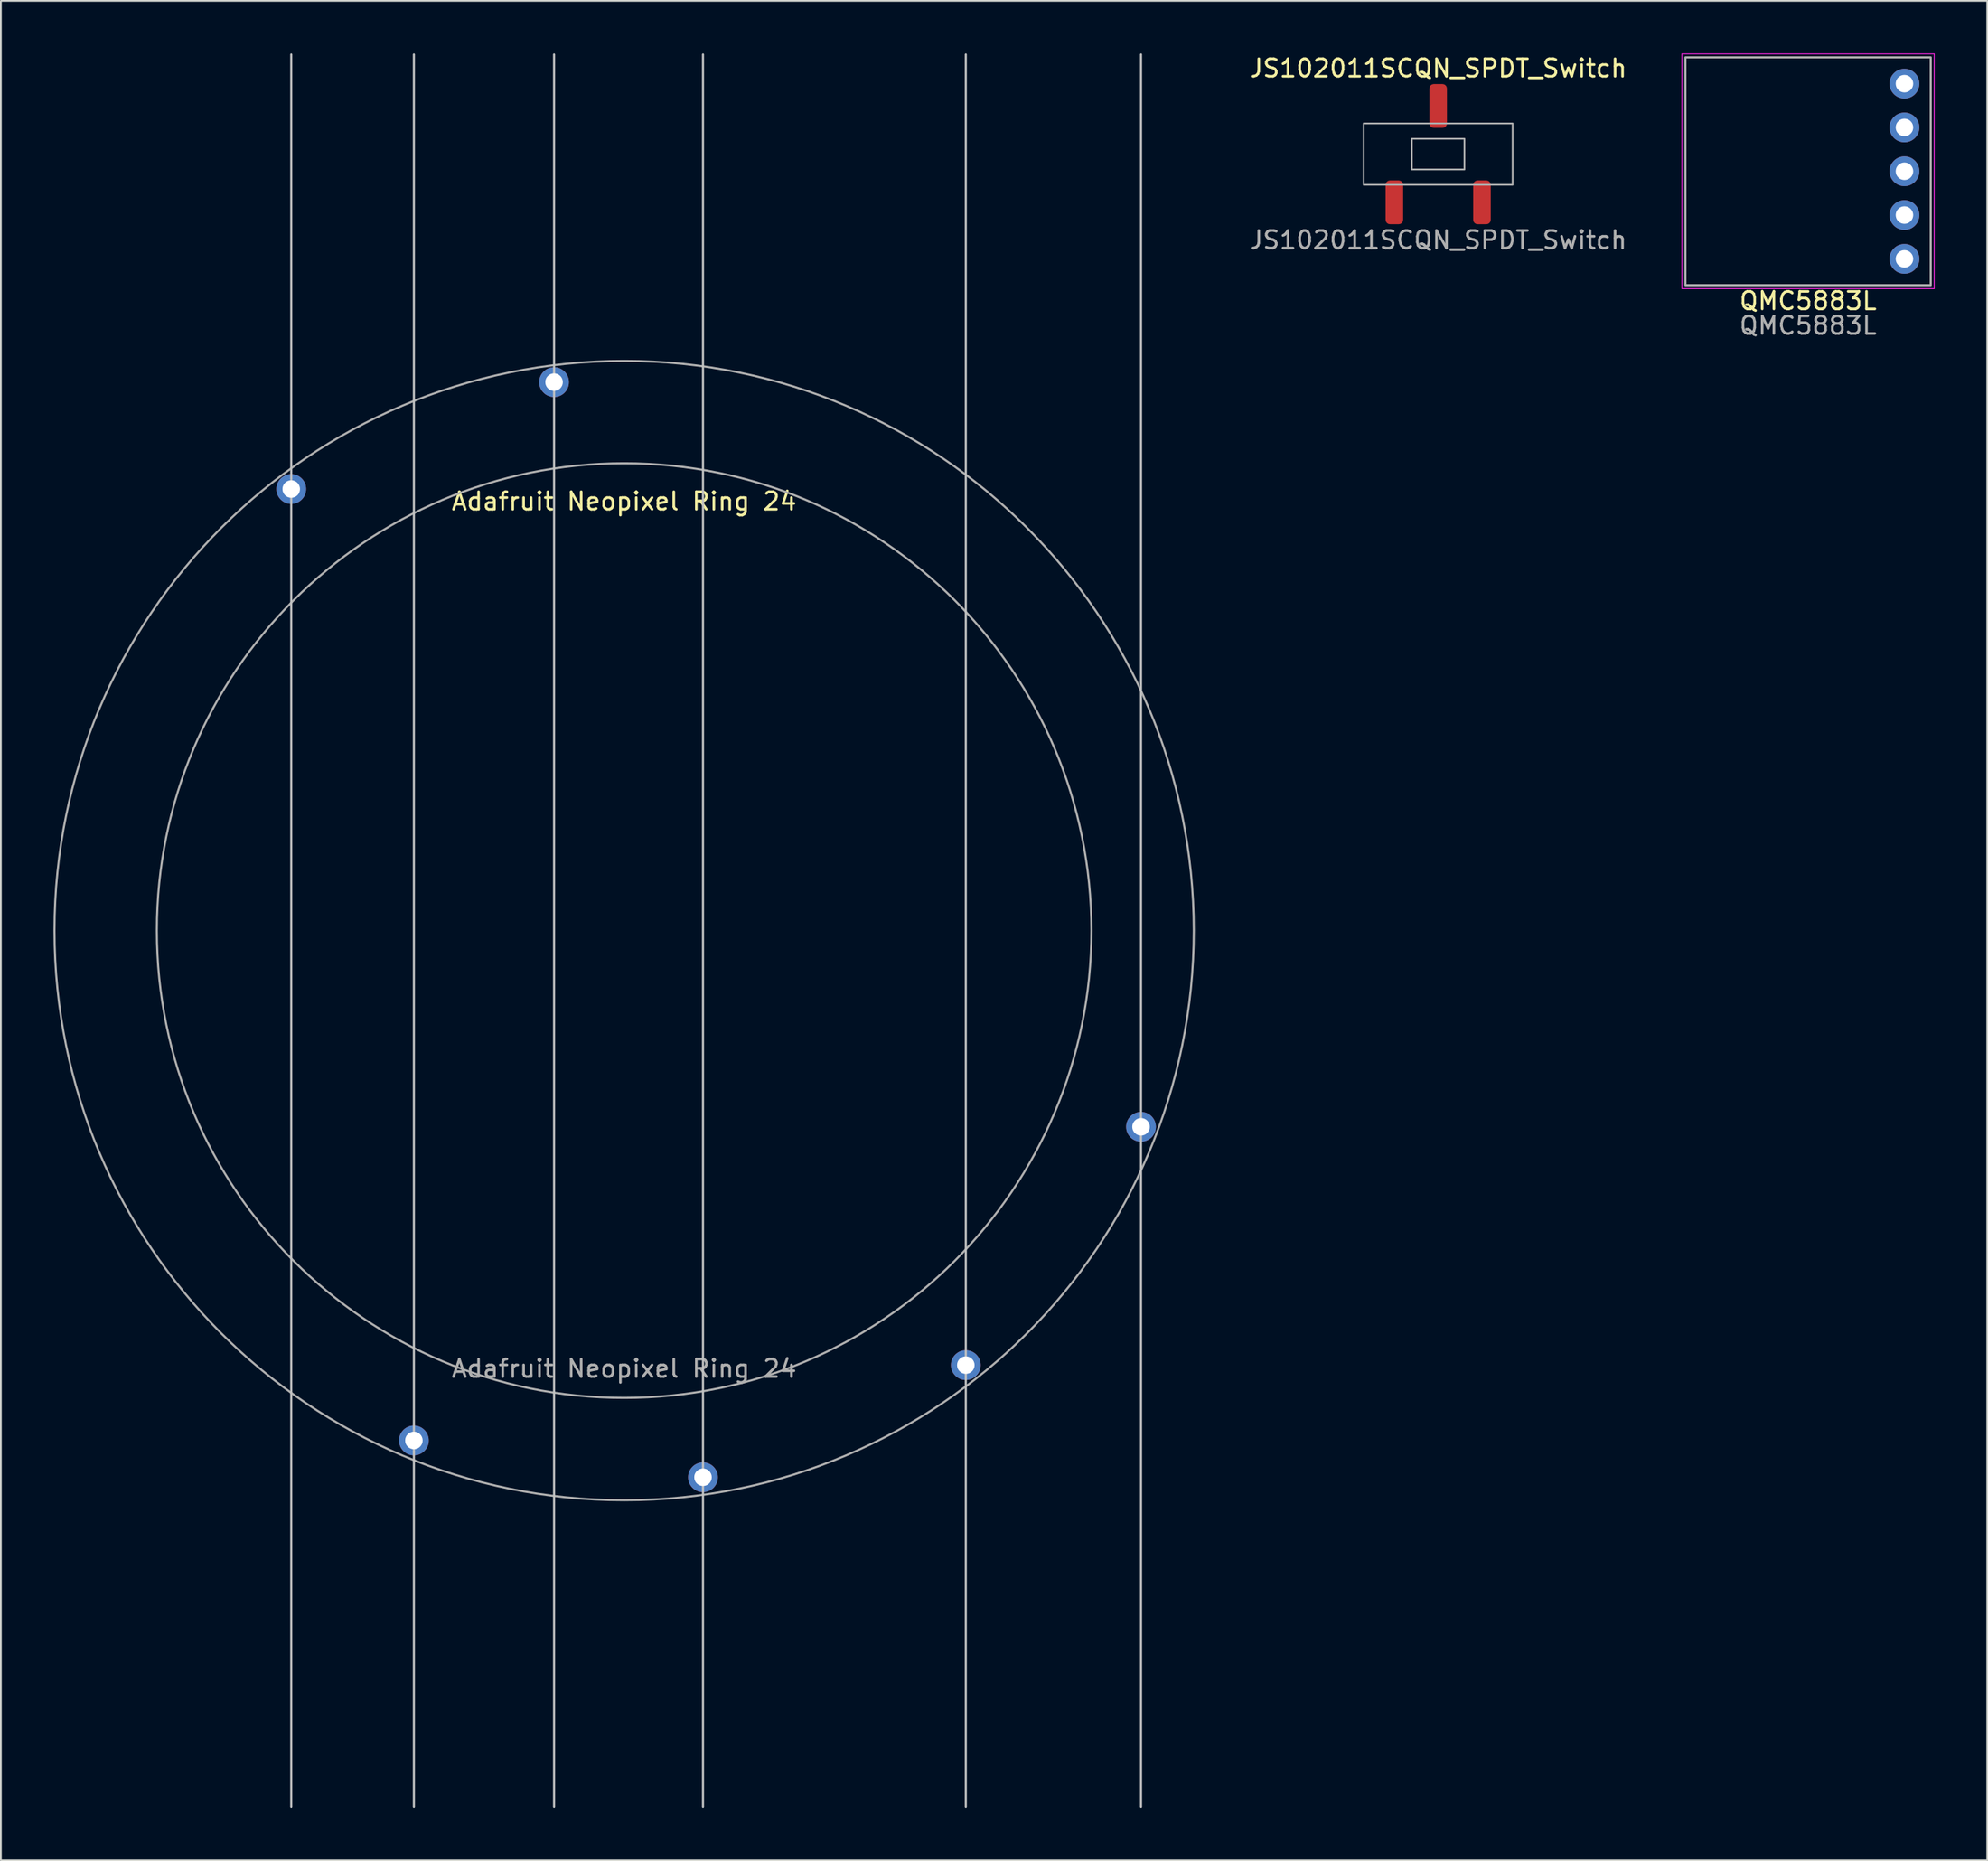
<source format=kicad_pcb>
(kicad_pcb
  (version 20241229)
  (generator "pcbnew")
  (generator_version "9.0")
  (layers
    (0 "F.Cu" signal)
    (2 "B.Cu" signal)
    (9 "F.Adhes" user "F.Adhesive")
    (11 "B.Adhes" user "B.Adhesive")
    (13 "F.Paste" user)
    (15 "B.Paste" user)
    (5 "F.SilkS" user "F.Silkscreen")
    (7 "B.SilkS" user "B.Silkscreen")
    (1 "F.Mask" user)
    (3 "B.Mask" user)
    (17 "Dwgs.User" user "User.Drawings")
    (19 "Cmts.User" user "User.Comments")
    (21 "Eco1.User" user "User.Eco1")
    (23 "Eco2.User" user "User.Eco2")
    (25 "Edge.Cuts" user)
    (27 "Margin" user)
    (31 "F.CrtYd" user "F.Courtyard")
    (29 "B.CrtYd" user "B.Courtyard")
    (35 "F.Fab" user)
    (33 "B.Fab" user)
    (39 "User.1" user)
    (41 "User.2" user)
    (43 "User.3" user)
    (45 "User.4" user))
  (footprint "JS102011SCQN_SPDT_Switch"
    (layer "F.Cu")
    (at 79.031 5.748)
    (property "Reference" "JS102011SCQN_SPDT_Switch" (at 0 -4.9 0) (unlocked yes) (layer "F.SilkS") (effects (font (size 1 1) (thickness 0.15))))
    (attr smd)
    (fp_rect (start -4.25 -1.75) (end 4.25 1.75) (stroke (width 0.1) (type default)) (fill no) (layer "F.Fab"))
    (fp_rect (start -1.5 -0.875) (end 1.5 0.875) (stroke (width 0.1) (type default)) (fill no) (layer "F.Fab"))
    (fp_text user "${REFERENCE}" (at 0 4.9 0) (unlocked yes) (layer "F.Fab") (effects (font (size 1 1) (thickness 0.15))))
    (pad "1" smd roundrect (at -2.5 2.75) (size 1 2.5) (layers "F.Cu" "F.Mask" "F.Paste") (roundrect_rratio 0.25))
    (pad "2" smd roundrect (at 0 -2.75) (size 1 2.5) (layers "F.Cu" "F.Mask" "F.Paste") (roundrect_rratio 0.25))
    (pad "3" smd roundrect (at 2.5 2.75) (size 1 2.5) (layers "F.Cu" "F.Mask" "F.Paste") (roundrect_rratio 0.25)))
  (footprint "Adafruit Neopixel Ring 24"
    (layer "F.Cu")
    (at 32.572 50.06)
    (property "Reference" "Adafruit Neopixel Ring 24" (at 0 -24.5 0) (unlocked yes) (layer "F.SilkS") (effects (font (size 1 1) (thickness 0.15))))
    (attr through_hole)
    (fp_line (start -19 -50) (end -19 50) (stroke (width 0.12) (type solid)) (layer "Dwgs.User"))
    (fp_line (start -12 -50) (end -12 50) (stroke (width 0.12) (type solid)) (layer "Dwgs.User"))
    (fp_line (start -4 -50) (end -4 50) (stroke (width 0.12) (type solid)) (layer "Dwgs.User"))
    (fp_line (start 4.5 -50) (end 4.5 50) (stroke (width 0.12) (type solid)) (layer "Dwgs.User"))
    (fp_line (start 19.5 -50) (end 19.5 50) (stroke (width 0.12) (type solid)) (layer "Dwgs.User"))
    (fp_line (start 29.5 -50) (end 29.5 50) (stroke (width 0.12) (type solid)) (layer "Dwgs.User"))
    (fp_circle (center 0 0) (end 26.67 0) (stroke (width 0.12) (type solid)) (fill no) (layer "F.Fab"))
    (fp_circle (center 0 0) (end 32.512 0) (stroke (width 0.12) (type solid)) (fill no) (layer "F.Fab"))
    (fp_text user "${REFERENCE}" (at 0 25 0) (unlocked yes) (layer "F.Fab") (effects (font (size 1 1) (thickness 0.15))))
    (pad "1" thru_hole circle (at -12 29.1) (size 1.7 1.7) (drill 1) (layers "*.Cu" "*.Mask"))
    (pad "2" thru_hole circle (at 4.5 31.2) (size 1.7 1.7) (drill 1) (layers "*.Cu" "*.Mask"))
    (pad "3" thru_hole circle (at -4 -31.3) (size 1.7 1.7) (drill 1) (layers "*.Cu" "*.Mask"))
    (pad "4" thru_hole circle (at -19 -25.2) (size 1.7 1.7) (drill 1) (layers "*.Cu" "*.Mask"))
    (pad "5" thru_hole circle (at 19.5 24.8) (size 1.7 1.7) (drill 1) (layers "*.Cu" "*.Mask"))
    (pad "6" thru_hole circle (at 29.5 11.2) (size 1.7 1.7) (drill 1) (layers "*.Cu" "*.Mask")))
  (footprint "QMC5883L"
    (layer "F.Cu")
    (at 100.143 6.725)
    (property "Reference" "QMC5883L" (at 0 7.4 0) (unlocked yes) (layer "F.SilkS") (effects (font (size 1 1) (thickness 0.15))))
    (attr through_hole)
    (fp_rect (start -7.2 -6.7) (end 7.2 6.7) (stroke (width 0.05) (type default)) (fill no) (layer "F.CrtYd"))
    (fp_rect (start -7 -6.5) (end 7 6.5) (stroke (width 0.12) (type solid)) (fill no) (layer "F.Fab"))
    (fp_text user "${REFERENCE}" (at 0 8.8 0) (unlocked yes) (layer "F.Fab") (effects (font (size 1 1) (thickness 0.15))))
    (pad "1" thru_hole circle (at 5.5 -5) (size 1.7 1.7) (drill 1) (layers "*.Cu" "*.Mask"))
    (pad "2" thru_hole circle (at 5.5 -2.5) (size 1.7 1.7) (drill 1) (layers "*.Cu" "*.Mask"))
    (pad "3" thru_hole circle (at 5.5 0) (size 1.7 1.7) (drill 1) (layers "*.Cu" "*.Mask"))
    (pad "4" thru_hole circle (at 5.5 2.5) (size 1.7 1.7) (drill 1) (layers "*.Cu" "*.Mask"))
    (pad "5" thru_hole circle (at 5.5 5) (size 1.7 1.7) (drill 1) (layers "*.Cu" "*.Mask")))
  (gr_rect
    (start -3 -3)
    (end 110.368 103.12)
    (stroke (width 0.1) (type default))
    (fill no)
    (layer "Edge.Cuts")))
</source>
